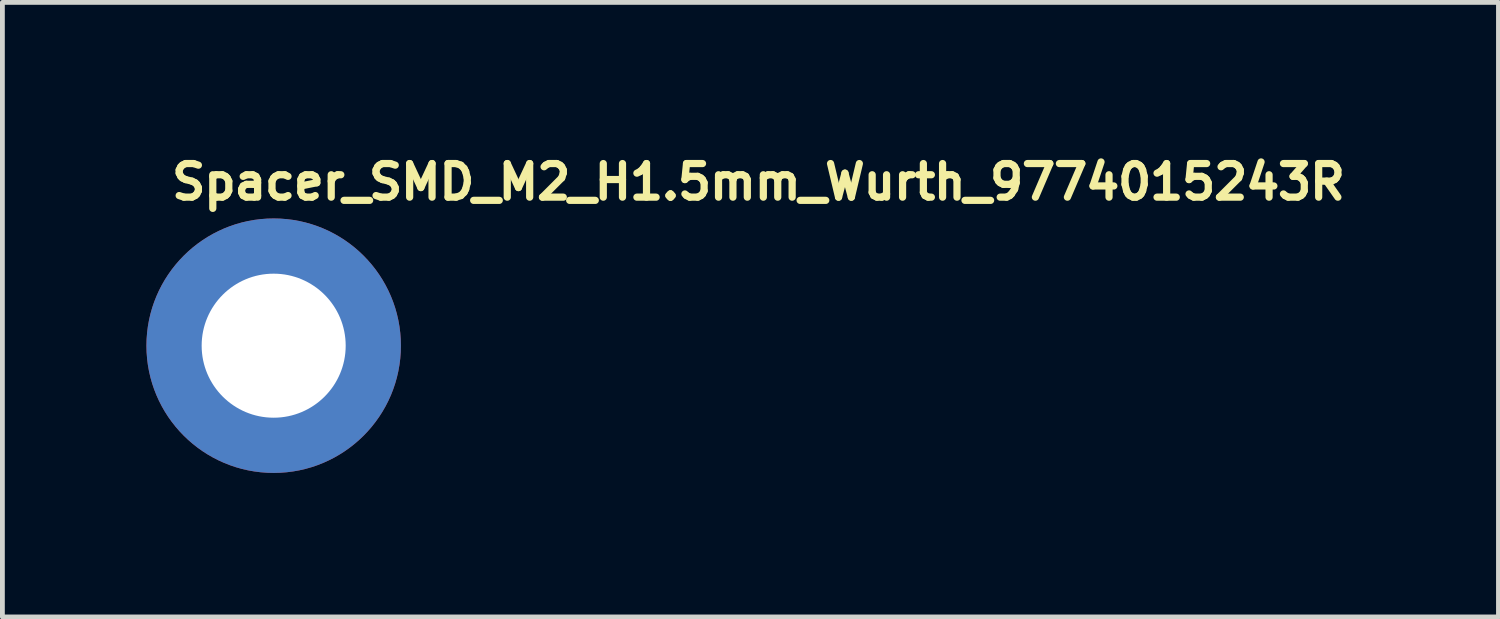
<source format=kicad_pcb>
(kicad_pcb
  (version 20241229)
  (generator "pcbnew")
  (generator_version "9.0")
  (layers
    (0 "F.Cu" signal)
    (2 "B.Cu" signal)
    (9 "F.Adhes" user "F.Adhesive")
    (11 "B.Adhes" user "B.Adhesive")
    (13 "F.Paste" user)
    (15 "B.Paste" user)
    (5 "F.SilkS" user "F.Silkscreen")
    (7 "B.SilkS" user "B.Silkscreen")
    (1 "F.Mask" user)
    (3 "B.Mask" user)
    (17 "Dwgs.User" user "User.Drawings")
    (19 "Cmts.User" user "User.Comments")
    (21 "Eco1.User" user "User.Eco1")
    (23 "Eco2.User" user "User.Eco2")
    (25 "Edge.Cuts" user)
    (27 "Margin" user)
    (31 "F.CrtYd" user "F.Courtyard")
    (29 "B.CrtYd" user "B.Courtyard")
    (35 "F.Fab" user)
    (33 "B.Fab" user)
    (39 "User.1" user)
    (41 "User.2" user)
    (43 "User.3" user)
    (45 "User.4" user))
  (footprint "Spacer_SMD_M2_H1.5mm_Wurth_9774015243R"
    (layer "F.Cu")
    (at 2.65 4.15)
    (property "Reference" "Spacer_SMD_M2_H1.5mm_Wurth_9774015243R" (at -2.2 -3 0) (layer "F.SilkS") (effects (font (size 0.7 0.7) (thickness 0.15)) (justify left bottom)))
    (attr through_hole)
    (fp_circle (center 0 0) (end 2.25 0) (stroke (width 0.12) (type solid)) (fill no) (layer "User.5"))
    (fp_line (start -2.176 0) (end -2.176 0) (stroke (width 0.02) (type solid)) (layer "User.9"))
    (fp_line (start -2.176 0) (end -2.173 0.11) (stroke (width 0.02) (type solid)) (layer "User.9"))
    (fp_line (start -2.173 -0.112) (end -2.176 0) (stroke (width 0.02) (type solid)) (layer "User.9"))
    (fp_line (start -2.173 0.11) (end -2.165 0.221) (stroke (width 0.02) (type solid)) (layer "User.9"))
    (fp_line (start -2.165 -0.223) (end -2.173 -0.112) (stroke (width 0.02) (type solid)) (layer "User.9"))
    (fp_line (start -2.165 0.221) (end -2.15 0.331) (stroke (width 0.02) (type solid)) (layer "User.9"))
    (fp_line (start -2.15 -0.333) (end -2.165 -0.223) (stroke (width 0.02) (type solid)) (layer "User.9"))
    (fp_line (start -2.15 0.331) (end -2.132 0.437) (stroke (width 0.02) (type solid)) (layer "User.9"))
    (fp_line (start -2.132 -0.439) (end -2.15 -0.333) (stroke (width 0.02) (type solid)) (layer "User.9"))
    (fp_line (start -2.132 0.437) (end -2.108 0.543) (stroke (width 0.02) (type solid)) (layer "User.9"))
    (fp_line (start -2.108 -0.545) (end -2.132 -0.439) (stroke (width 0.02) (type solid)) (layer "User.9"))
    (fp_line (start -2.108 0.543) (end -2.078 0.646) (stroke (width 0.02) (type solid)) (layer "User.9"))
    (fp_line (start -2.078 -0.648) (end -2.108 -0.545) (stroke (width 0.02) (type solid)) (layer "User.9"))
    (fp_line (start -2.078 0.646) (end -2.044 0.746) (stroke (width 0.02) (type solid)) (layer "User.9"))
    (fp_line (start -2.044 -0.748) (end -2.078 -0.648) (stroke (width 0.02) (type solid)) (layer "User.9"))
    (fp_line (start -2.044 0.746) (end -2.005 0.845) (stroke (width 0.02) (type solid)) (layer "User.9"))
    (fp_line (start -2.005 -0.847) (end -2.044 -0.748) (stroke (width 0.02) (type solid)) (layer "User.9"))
    (fp_line (start -2.005 0.845) (end -1.962 0.942) (stroke (width 0.02) (type solid)) (layer "User.9"))
    (fp_line (start -1.962 -0.944) (end -2.005 -0.847) (stroke (width 0.02) (type solid)) (layer "User.9"))
    (fp_line (start -1.962 0.942) (end -1.913 1.036) (stroke (width 0.02) (type solid)) (layer "User.9"))
    (fp_line (start -1.913 -1.037) (end -1.962 -0.944) (stroke (width 0.02) (type solid)) (layer "User.9"))
    (fp_line (start -1.913 1.036) (end -1.861 1.126) (stroke (width 0.02) (type solid)) (layer "User.9"))
    (fp_line (start -1.861 -1.129) (end -1.913 -1.037) (stroke (width 0.02) (type solid)) (layer "User.9"))
    (fp_line (start -1.861 1.126) (end -1.805 1.215) (stroke (width 0.02) (type solid)) (layer "User.9"))
    (fp_line (start -1.805 -1.218) (end -1.861 -1.129) (stroke (width 0.02) (type solid)) (layer "User.9"))
    (fp_line (start -1.805 1.215) (end -1.744 1.3) (stroke (width 0.02) (type solid)) (layer "User.9"))
    (fp_line (start -1.744 -1.303) (end -1.805 -1.218) (stroke (width 0.02) (type solid)) (layer "User.9"))
    (fp_line (start -1.744 1.3) (end -1.68 1.382) (stroke (width 0.02) (type solid)) (layer "User.9"))
    (fp_line (start -1.68 -1.385) (end -1.744 -1.303) (stroke (width 0.02) (type solid)) (layer "User.9"))
    (fp_line (start -1.68 1.382) (end -1.611 1.461) (stroke (width 0.02) (type solid)) (layer "User.9"))
    (fp_line (start -1.611 -1.464) (end -1.68 -1.385) (stroke (width 0.02) (type solid)) (layer "User.9"))
    (fp_line (start -1.611 1.461) (end -1.539 1.536) (stroke (width 0.02) (type solid)) (layer "User.9"))
    (fp_line (start -1.539 -1.539) (end -1.611 -1.464) (stroke (width 0.02) (type solid)) (layer "User.9"))
    (fp_line (start -1.539 1.536) (end -1.464 1.608) (stroke (width 0.02) (type solid)) (layer "User.9"))
    (fp_line (start -1.464 -1.611) (end -1.539 -1.539) (stroke (width 0.02) (type solid)) (layer "User.9"))
    (fp_line (start -1.464 1.608) (end -1.385 1.677) (stroke (width 0.02) (type solid)) (layer "User.9"))
    (fp_line (start -1.385 -1.68) (end -1.464 -1.611) (stroke (width 0.02) (type solid)) (layer "User.9"))
    (fp_line (start -1.385 1.677) (end -1.303 1.741) (stroke (width 0.02) (type solid)) (layer "User.9"))
    (fp_line (start -1.303 -1.744) (end -1.385 -1.68) (stroke (width 0.02) (type solid)) (layer "User.9"))
    (fp_line (start -1.303 1.741) (end -1.218 1.802) (stroke (width 0.02) (type solid)) (layer "User.9"))
    (fp_line (start -1.218 -1.805) (end -1.303 -1.744) (stroke (width 0.02) (type solid)) (layer "User.9"))
    (fp_line (start -1.218 1.802) (end -1.129 1.86) (stroke (width 0.02) (type solid)) (layer "User.9"))
    (fp_line (start -1.129 -1.861) (end -1.218 -1.805) (stroke (width 0.02) (type solid)) (layer "User.9"))
    (fp_line (start -1.129 1.86) (end -1.037 1.912) (stroke (width 0.02) (type solid)) (layer "User.9"))
    (fp_line (start -1.037 -1.913) (end -1.129 -1.861) (stroke (width 0.02) (type solid)) (layer "User.9"))
    (fp_line (start -1.037 1.912) (end -0.944 1.959) (stroke (width 0.02) (type solid)) (layer "User.9"))
    (fp_line (start -0.944 -1.962) (end -1.037 -1.913) (stroke (width 0.02) (type solid)) (layer "User.9"))
    (fp_line (start -0.944 1.959) (end -0.847 2.003) (stroke (width 0.02) (type solid)) (layer "User.9"))
    (fp_line (start -0.847 -2.005) (end -0.944 -1.962) (stroke (width 0.02) (type solid)) (layer "User.9"))
    (fp_line (start -0.847 2.003) (end -0.748 2.043) (stroke (width 0.02) (type solid)) (layer "User.9"))
    (fp_line (start -0.785 0) (end -0.785 0) (stroke (width 0.02) (type solid)) (layer "User.9"))
    (fp_line (start -0.785 0) (end -0.784 0.04) (stroke (width 0.02) (type solid)) (layer "User.9"))
    (fp_line (start -0.784 -0.042) (end -0.785 0) (stroke (width 0.02) (type solid)) (layer "User.9"))
    (fp_line (start -0.784 0.04) (end -0.781 0.08) (stroke (width 0.02) (type solid)) (layer "User.9"))
    (fp_line (start -0.781 -0.082) (end -0.784 -0.042) (stroke (width 0.02) (type solid)) (layer "User.9"))
    (fp_line (start -0.781 0.08) (end -0.776 0.119) (stroke (width 0.02) (type solid)) (layer "User.9"))
    (fp_line (start -0.776 -0.12) (end -0.781 -0.082) (stroke (width 0.02) (type solid)) (layer "User.9"))
    (fp_line (start -0.776 0.119) (end -0.768 0.156) (stroke (width 0.02) (type solid)) (layer "User.9"))
    (fp_line (start -0.768 -0.158) (end -0.776 -0.12) (stroke (width 0.02) (type solid)) (layer "User.9"))
    (fp_line (start -0.768 0.156) (end -0.759 0.195) (stroke (width 0.02) (type solid)) (layer "User.9"))
    (fp_line (start -0.759 -0.197) (end -0.768 -0.158) (stroke (width 0.02) (type solid)) (layer "User.9"))
    (fp_line (start -0.759 0.195) (end -0.749 0.232) (stroke (width 0.02) (type solid)) (layer "User.9"))
    (fp_line (start -0.749 -0.234) (end -0.759 -0.197) (stroke (width 0.02) (type solid)) (layer "User.9"))
    (fp_line (start -0.749 0.232) (end -0.736 0.269) (stroke (width 0.02) (type solid)) (layer "User.9"))
    (fp_line (start -0.748 -2.044) (end -0.847 -2.005) (stroke (width 0.02) (type solid)) (layer "User.9"))
    (fp_line (start -0.748 2.043) (end -0.648 2.076) (stroke (width 0.02) (type solid)) (layer "User.9"))
    (fp_line (start -0.736 -0.271) (end -0.749 -0.234) (stroke (width 0.02) (type solid)) (layer "User.9"))
    (fp_line (start -0.736 0.269) (end -0.722 0.303) (stroke (width 0.02) (type solid)) (layer "User.9"))
    (fp_line (start -0.722 -0.305) (end -0.736 -0.271) (stroke (width 0.02) (type solid)) (layer "User.9"))
    (fp_line (start -0.722 0.303) (end -0.707 0.339) (stroke (width 0.02) (type solid)) (layer "User.9"))
    (fp_line (start -0.707 -0.341) (end -0.722 -0.305) (stroke (width 0.02) (type solid)) (layer "User.9"))
    (fp_line (start -0.707 0.339) (end -0.69 0.372) (stroke (width 0.02) (type solid)) (layer "User.9"))
    (fp_line (start -0.69 -0.374) (end -0.707 -0.341) (stroke (width 0.02) (type solid)) (layer "User.9"))
    (fp_line (start -0.69 0.372) (end -0.672 0.406) (stroke (width 0.02) (type solid)) (layer "User.9"))
    (fp_line (start -0.672 -0.408) (end -0.69 -0.374) (stroke (width 0.02) (type solid)) (layer "User.9"))
    (fp_line (start -0.672 0.406) (end -0.651 0.437) (stroke (width 0.02) (type solid)) (layer "User.9"))
    (fp_line (start -0.651 -0.439) (end -0.672 -0.408) (stroke (width 0.02) (type solid)) (layer "User.9"))
    (fp_line (start -0.651 0.437) (end -0.628 0.468) (stroke (width 0.02) (type solid)) (layer "User.9"))
    (fp_line (start -0.648 -2.078) (end -0.748 -2.044) (stroke (width 0.02) (type solid)) (layer "User.9"))
    (fp_line (start -0.648 2.076) (end -0.545 2.105) (stroke (width 0.02) (type solid)) (layer "User.9"))
    (fp_line (start -0.628 -0.47) (end -0.651 -0.439) (stroke (width 0.02) (type solid)) (layer "User.9"))
    (fp_line (start -0.628 0.468) (end -0.605 0.497) (stroke (width 0.02) (type solid)) (layer "User.9"))
    (fp_line (start -0.605 -0.499) (end -0.628 -0.47) (stroke (width 0.02) (type solid)) (layer "User.9"))
    (fp_line (start -0.605 0.497) (end -0.58 0.526) (stroke (width 0.02) (type solid)) (layer "User.9"))
    (fp_line (start -0.58 -0.528) (end -0.605 -0.499) (stroke (width 0.02) (type solid)) (layer "User.9"))
    (fp_line (start -0.58 0.526) (end -0.556 0.554) (stroke (width 0.02) (type solid)) (layer "User.9"))
    (fp_line (start -0.556 -0.556) (end -0.58 -0.528) (stroke (width 0.02) (type solid)) (layer "User.9"))
    (fp_line (start -0.556 0.554) (end -0.528 0.578) (stroke (width 0.02) (type solid)) (layer "User.9"))
    (fp_line (start -0.545 -2.108) (end -0.648 -2.078) (stroke (width 0.02) (type solid)) (layer "User.9"))
    (fp_line (start -0.545 2.105) (end -0.439 2.129) (stroke (width 0.02) (type solid)) (layer "User.9"))
    (fp_line (start -0.528 -0.58) (end -0.556 -0.556) (stroke (width 0.02) (type solid)) (layer "User.9"))
    (fp_line (start -0.528 0.578) (end -0.499 0.603) (stroke (width 0.02) (type solid)) (layer "User.9"))
    (fp_line (start -0.499 -0.605) (end -0.528 -0.58) (stroke (width 0.02) (type solid)) (layer "User.9"))
    (fp_line (start -0.499 0.603) (end -0.47 0.626) (stroke (width 0.02) (type solid)) (layer "User.9"))
    (fp_line (start -0.47 -0.628) (end -0.499 -0.605) (stroke (width 0.02) (type solid)) (layer "User.9"))
    (fp_line (start -0.47 0.626) (end -0.439 0.649) (stroke (width 0.02) (type solid)) (layer "User.9"))
    (fp_line (start -0.439 -2.132) (end -0.545 -2.108) (stroke (width 0.02) (type solid)) (layer "User.9"))
    (fp_line (start -0.439 -0.651) (end -0.47 -0.628) (stroke (width 0.02) (type solid)) (layer "User.9"))
    (fp_line (start -0.439 0.649) (end -0.408 0.67) (stroke (width 0.02) (type solid)) (layer "User.9"))
    (fp_line (start -0.439 2.129) (end -0.333 2.148) (stroke (width 0.02) (type solid)) (layer "User.9"))
    (fp_line (start -0.408 -0.672) (end -0.439 -0.651) (stroke (width 0.02) (type solid)) (layer "User.9"))
    (fp_line (start -0.408 0.67) (end -0.374 0.688) (stroke (width 0.02) (type solid)) (layer "User.9"))
    (fp_line (start -0.374 -0.69) (end -0.408 -0.672) (stroke (width 0.02) (type solid)) (layer "User.9"))
    (fp_line (start -0.374 0.688) (end -0.341 0.705) (stroke (width 0.02) (type solid)) (layer "User.9"))
    (fp_line (start -0.341 -0.707) (end -0.374 -0.69) (stroke (width 0.02) (type solid)) (layer "User.9"))
    (fp_line (start -0.341 0.705) (end -0.305 0.72) (stroke (width 0.02) (type solid)) (layer "User.9"))
    (fp_line (start -0.333 -2.15) (end -0.439 -2.132) (stroke (width 0.02) (type solid)) (layer "User.9"))
    (fp_line (start -0.333 2.148) (end -0.223 2.163) (stroke (width 0.02) (type solid)) (layer "User.9"))
    (fp_line (start -0.305 -0.722) (end -0.341 -0.707) (stroke (width 0.02) (type solid)) (layer "User.9"))
    (fp_line (start -0.305 0.72) (end -0.271 0.734) (stroke (width 0.02) (type solid)) (layer "User.9"))
    (fp_line (start -0.271 -0.736) (end -0.305 -0.722) (stroke (width 0.02) (type solid)) (layer "User.9"))
    (fp_line (start -0.271 0.734) (end -0.234 0.747) (stroke (width 0.02) (type solid)) (layer "User.9"))
    (fp_line (start -0.234 -0.749) (end -0.271 -0.736) (stroke (width 0.02) (type solid)) (layer "User.9"))
    (fp_line (start -0.234 0.747) (end -0.197 0.757) (stroke (width 0.02) (type solid)) (layer "User.9"))
    (fp_line (start -0.223 -2.165) (end -0.333 -2.15) (stroke (width 0.02) (type solid)) (layer "User.9"))
    (fp_line (start -0.223 2.163) (end -0.112 2.172) (stroke (width 0.02) (type solid)) (layer "User.9"))
    (fp_line (start -0.197 -0.759) (end -0.234 -0.749) (stroke (width 0.02) (type solid)) (layer "User.9"))
    (fp_line (start -0.197 0.757) (end -0.158 0.766) (stroke (width 0.02) (type solid)) (layer "User.9"))
    (fp_line (start -0.158 -0.768) (end -0.197 -0.759) (stroke (width 0.02) (type solid)) (layer "User.9"))
    (fp_line (start -0.158 0.766) (end -0.12 0.774) (stroke (width 0.02) (type solid)) (layer "User.9"))
    (fp_line (start -0.12 -0.776) (end -0.158 -0.768) (stroke (width 0.02) (type solid)) (layer "User.9"))
    (fp_line (start -0.12 0.774) (end -0.082 0.779) (stroke (width 0.02) (type solid)) (layer "User.9"))
    (fp_line (start -0.112 -2.173) (end -0.223 -2.165) (stroke (width 0.02) (type solid)) (layer "User.9"))
    (fp_line (start -0.112 2.172) (end 0 2.173) (stroke (width 0.02) (type solid)) (layer "User.9"))
    (fp_line (start -0.082 -0.781) (end -0.12 -0.776) (stroke (width 0.02) (type solid)) (layer "User.9"))
    (fp_line (start -0.082 0.779) (end -0.042 0.782) (stroke (width 0.02) (type solid)) (layer "User.9"))
    (fp_line (start -0.042 -0.784) (end -0.082 -0.781) (stroke (width 0.02) (type solid)) (layer "User.9"))
    (fp_line (start -0.042 0.782) (end 0 0.783) (stroke (width 0.02) (type solid)) (layer "User.9"))
    (fp_line (start 0 -2.176) (end -0.112 -2.173) (stroke (width 0.02) (type solid)) (layer "User.9"))
    (fp_line (start 0 -2.176) (end 0 -2.176) (stroke (width 0.02) (type solid)) (layer "User.9"))
    (fp_line (start 0 -0.785) (end -0.042 -0.784) (stroke (width 0.02) (type solid)) (layer "User.9"))
    (fp_line (start 0 -0.785) (end 0 -0.785) (stroke (width 0.02) (type solid)) (layer "User.9"))
    (fp_line (start 0 0.783) (end 0 0.783) (stroke (width 0.02) (type solid)) (layer "User.9"))
    (fp_line (start 0 0.783) (end 0.04 0.782) (stroke (width 0.02) (type solid)) (layer "User.9"))
    (fp_line (start 0 2.173) (end 0 2.173) (stroke (width 0.02) (type solid)) (layer "User.9"))
    (fp_line (start 0 2.173) (end 0.11 2.172) (stroke (width 0.02) (type solid)) (layer "User.9"))
    (fp_line (start 0.04 -0.784) (end 0 -0.785) (stroke (width 0.02) (type solid)) (layer "User.9"))
    (fp_line (start 0.04 0.782) (end 0.08 0.779) (stroke (width 0.02) (type solid)) (layer "User.9"))
    (fp_line (start 0.08 -0.781) (end 0.04 -0.784) (stroke (width 0.02) (type solid)) (layer "User.9"))
    (fp_line (start 0.08 0.779) (end 0.119 0.774) (stroke (width 0.02) (type solid)) (layer "User.9"))
    (fp_line (start 0.11 -2.173) (end 0 -2.176) (stroke (width 0.02) (type solid)) (layer "User.9"))
    (fp_line (start 0.11 2.172) (end 0.221 2.163) (stroke (width 0.02) (type solid)) (layer "User.9"))
    (fp_line (start 0.119 -0.776) (end 0.08 -0.781) (stroke (width 0.02) (type solid)) (layer "User.9"))
    (fp_line (start 0.119 0.774) (end 0.156 0.766) (stroke (width 0.02) (type solid)) (layer "User.9"))
    (fp_line (start 0.156 -0.768) (end 0.119 -0.776) (stroke (width 0.02) (type solid)) (layer "User.9"))
    (fp_line (start 0.156 0.766) (end 0.195 0.757) (stroke (width 0.02) (type solid)) (layer "User.9"))
    (fp_line (start 0.195 -0.759) (end 0.156 -0.768) (stroke (width 0.02) (type solid)) (layer "User.9"))
    (fp_line (start 0.195 0.757) (end 0.232 0.747) (stroke (width 0.02) (type solid)) (layer "User.9"))
    (fp_line (start 0.221 -2.165) (end 0.11 -2.173) (stroke (width 0.02) (type solid)) (layer "User.9"))
    (fp_line (start 0.221 2.163) (end 0.331 2.148) (stroke (width 0.02) (type solid)) (layer "User.9"))
    (fp_line (start 0.232 -0.749) (end 0.195 -0.759) (stroke (width 0.02) (type solid)) (layer "User.9"))
    (fp_line (start 0.232 0.747) (end 0.269 0.734) (stroke (width 0.02) (type solid)) (layer "User.9"))
    (fp_line (start 0.269 -0.736) (end 0.232 -0.749) (stroke (width 0.02) (type solid)) (layer "User.9"))
    (fp_line (start 0.269 0.734) (end 0.303 0.72) (stroke (width 0.02) (type solid)) (layer "User.9"))
    (fp_line (start 0.303 -0.722) (end 0.269 -0.736) (stroke (width 0.02) (type solid)) (layer "User.9"))
    (fp_line (start 0.303 0.72) (end 0.339 0.705) (stroke (width 0.02) (type solid)) (layer "User.9"))
    (fp_line (start 0.331 -2.15) (end 0.221 -2.165) (stroke (width 0.02) (type solid)) (layer "User.9"))
    (fp_line (start 0.331 2.148) (end 0.437 2.129) (stroke (width 0.02) (type solid)) (layer "User.9"))
    (fp_line (start 0.339 -0.707) (end 0.303 -0.722) (stroke (width 0.02) (type solid)) (layer "User.9"))
    (fp_line (start 0.339 0.705) (end 0.372 0.688) (stroke (width 0.02) (type solid)) (layer "User.9"))
    (fp_line (start 0.372 -0.69) (end 0.339 -0.707) (stroke (width 0.02) (type solid)) (layer "User.9"))
    (fp_line (start 0.372 0.688) (end 0.406 0.67) (stroke (width 0.02) (type solid)) (layer "User.9"))
    (fp_line (start 0.406 -0.672) (end 0.372 -0.69) (stroke (width 0.02) (type solid)) (layer "User.9"))
    (fp_line (start 0.406 0.67) (end 0.437 0.649) (stroke (width 0.02) (type solid)) (layer "User.9"))
    (fp_line (start 0.437 -2.132) (end 0.331 -2.15) (stroke (width 0.02) (type solid)) (layer "User.9"))
    (fp_line (start 0.437 -0.651) (end 0.406 -0.672) (stroke (width 0.02) (type solid)) (layer "User.9"))
    (fp_line (start 0.437 0.649) (end 0.468 0.626) (stroke (width 0.02) (type solid)) (layer "User.9"))
    (fp_line (start 0.437 2.129) (end 0.543 2.105) (stroke (width 0.02) (type solid)) (layer "User.9"))
    (fp_line (start 0.468 -0.628) (end 0.437 -0.651) (stroke (width 0.02) (type solid)) (layer "User.9"))
    (fp_line (start 0.468 0.626) (end 0.497 0.603) (stroke (width 0.02) (type solid)) (layer "User.9"))
    (fp_line (start 0.497 -0.605) (end 0.468 -0.628) (stroke (width 0.02) (type solid)) (layer "User.9"))
    (fp_line (start 0.497 0.603) (end 0.526 0.578) (stroke (width 0.02) (type solid)) (layer "User.9"))
    (fp_line (start 0.526 -0.58) (end 0.497 -0.605) (stroke (width 0.02) (type solid)) (layer "User.9"))
    (fp_line (start 0.526 0.578) (end 0.554 0.554) (stroke (width 0.02) (type solid)) (layer "User.9"))
    (fp_line (start 0.543 -2.108) (end 0.437 -2.132) (stroke (width 0.02) (type solid)) (layer "User.9"))
    (fp_line (start 0.543 2.105) (end 0.646 2.076) (stroke (width 0.02) (type solid)) (layer "User.9"))
    (fp_line (start 0.554 -0.556) (end 0.526 -0.58) (stroke (width 0.02) (type solid)) (layer "User.9"))
    (fp_line (start 0.554 0.554) (end 0.578 0.526) (stroke (width 0.02) (type solid)) (layer "User.9"))
    (fp_line (start 0.578 -0.528) (end 0.554 -0.556) (stroke (width 0.02) (type solid)) (layer "User.9"))
    (fp_line (start 0.578 0.526) (end 0.603 0.497) (stroke (width 0.02) (type solid)) (layer "User.9"))
    (fp_line (start 0.603 -0.499) (end 0.578 -0.528) (stroke (width 0.02) (type solid)) (layer "User.9"))
    (fp_line (start 0.603 0.497) (end 0.626 0.468) (stroke (width 0.02) (type solid)) (layer "User.9"))
    (fp_line (start 0.626 -0.47) (end 0.603 -0.499) (stroke (width 0.02) (type solid)) (layer "User.9"))
    (fp_line (start 0.626 0.468) (end 0.649 0.437) (stroke (width 0.02) (type solid)) (layer "User.9"))
    (fp_line (start 0.646 -2.078) (end 0.543 -2.108) (stroke (width 0.02) (type solid)) (layer "User.9"))
    (fp_line (start 0.646 2.076) (end 0.746 2.043) (stroke (width 0.02) (type solid)) (layer "User.9"))
    (fp_line (start 0.649 -0.439) (end 0.626 -0.47) (stroke (width 0.02) (type solid)) (layer "User.9"))
    (fp_line (start 0.649 0.437) (end 0.67 0.406) (stroke (width 0.02) (type solid)) (layer "User.9"))
    (fp_line (start 0.67 -0.408) (end 0.649 -0.439) (stroke (width 0.02) (type solid)) (layer "User.9"))
    (fp_line (start 0.67 0.406) (end 0.688 0.372) (stroke (width 0.02) (type solid)) (layer "User.9"))
    (fp_line (start 0.688 -0.374) (end 0.67 -0.408) (stroke (width 0.02) (type solid)) (layer "User.9"))
    (fp_line (start 0.688 0.372) (end 0.705 0.339) (stroke (width 0.02) (type solid)) (layer "User.9"))
    (fp_line (start 0.705 -0.341) (end 0.688 -0.374) (stroke (width 0.02) (type solid)) (layer "User.9"))
    (fp_line (start 0.705 0.339) (end 0.72 0.303) (stroke (width 0.02) (type solid)) (layer "User.9"))
    (fp_line (start 0.72 -0.305) (end 0.705 -0.341) (stroke (width 0.02) (type solid)) (layer "User.9"))
    (fp_line (start 0.72 0.303) (end 0.734 0.269) (stroke (width 0.02) (type solid)) (layer "User.9"))
    (fp_line (start 0.734 -0.271) (end 0.72 -0.305) (stroke (width 0.02) (type solid)) (layer "User.9"))
    (fp_line (start 0.734 0.269) (end 0.747 0.232) (stroke (width 0.02) (type solid)) (layer "User.9"))
    (fp_line (start 0.746 -2.044) (end 0.646 -2.078) (stroke (width 0.02) (type solid)) (layer "User.9"))
    (fp_line (start 0.746 2.043) (end 0.845 2.003) (stroke (width 0.02) (type solid)) (layer "User.9"))
    (fp_line (start 0.747 -0.234) (end 0.734 -0.271) (stroke (width 0.02) (type solid)) (layer "User.9"))
    (fp_line (start 0.747 0.232) (end 0.757 0.195) (stroke (width 0.02) (type solid)) (layer "User.9"))
    (fp_line (start 0.757 -0.197) (end 0.747 -0.234) (stroke (width 0.02) (type solid)) (layer "User.9"))
    (fp_line (start 0.757 0.195) (end 0.766 0.156) (stroke (width 0.02) (type solid)) (layer "User.9"))
    (fp_line (start 0.766 -0.158) (end 0.757 -0.197) (stroke (width 0.02) (type solid)) (layer "User.9"))
    (fp_line (start 0.766 0.156) (end 0.774 0.119) (stroke (width 0.02) (type solid)) (layer "User.9"))
    (fp_line (start 0.774 -0.12) (end 0.766 -0.158) (stroke (width 0.02) (type solid)) (layer "User.9"))
    (fp_line (start 0.774 0.119) (end 0.779 0.08) (stroke (width 0.02) (type solid)) (layer "User.9"))
    (fp_line (start 0.779 -0.082) (end 0.774 -0.12) (stroke (width 0.02) (type solid)) (layer "User.9"))
    (fp_line (start 0.779 0.08) (end 0.782 0.04) (stroke (width 0.02) (type solid)) (layer "User.9"))
    (fp_line (start 0.782 -0.042) (end 0.779 -0.082) (stroke (width 0.02) (type solid)) (layer "User.9"))
    (fp_line (start 0.782 0.04) (end 0.783 0) (stroke (width 0.02) (type solid)) (layer "User.9"))
    (fp_line (start 0.783 0) (end 0.782 -0.042) (stroke (width 0.02) (type solid)) (layer "User.9"))
    (fp_line (start 0.783 0) (end 0.783 0) (stroke (width 0.02) (type solid)) (layer "User.9"))
    (fp_line (start 0.783 0) (end 0.783 0) (stroke (width 0.02) (type solid)) (layer "User.9"))
    (fp_line (start 0.845 -2.005) (end 0.746 -2.044) (stroke (width 0.02) (type solid)) (layer "User.9"))
    (fp_line (start 0.845 2.003) (end 0.942 1.959) (stroke (width 0.02) (type solid)) (layer "User.9"))
    (fp_line (start 0.942 -1.962) (end 0.845 -2.005) (stroke (width 0.02) (type solid)) (layer "User.9"))
    (fp_line (start 0.942 1.959) (end 1.036 1.912) (stroke (width 0.02) (type solid)) (layer "User.9"))
    (fp_line (start 1.036 -1.913) (end 0.942 -1.962) (stroke (width 0.02) (type solid)) (layer "User.9"))
    (fp_line (start 1.036 1.912) (end 1.126 1.86) (stroke (width 0.02) (type solid)) (layer "User.9"))
    (fp_line (start 1.126 -1.861) (end 1.036 -1.913) (stroke (width 0.02) (type solid)) (layer "User.9"))
    (fp_line (start 1.126 1.86) (end 1.215 1.802) (stroke (width 0.02) (type solid)) (layer "User.9"))
    (fp_line (start 1.215 -1.805) (end 1.126 -1.861) (stroke (width 0.02) (type solid)) (layer "User.9"))
    (fp_line (start 1.215 1.802) (end 1.3 1.741) (stroke (width 0.02) (type solid)) (layer "User.9"))
    (fp_line (start 1.3 -1.744) (end 1.215 -1.805) (stroke (width 0.02) (type solid)) (layer "User.9"))
    (fp_line (start 1.3 1.741) (end 1.382 1.677) (stroke (width 0.02) (type solid)) (layer "User.9"))
    (fp_line (start 1.382 -1.68) (end 1.3 -1.744) (stroke (width 0.02) (type solid)) (layer "User.9"))
    (fp_line (start 1.382 1.677) (end 1.461 1.608) (stroke (width 0.02) (type solid)) (layer "User.9"))
    (fp_line (start 1.461 -1.611) (end 1.382 -1.68) (stroke (width 0.02) (type solid)) (layer "User.9"))
    (fp_line (start 1.461 1.608) (end 1.536 1.536) (stroke (width 0.02) (type solid)) (layer "User.9"))
    (fp_line (start 1.536 -1.539) (end 1.461 -1.611) (stroke (width 0.02) (type solid)) (layer "User.9"))
    (fp_line (start 1.536 1.536) (end 1.608 1.461) (stroke (width 0.02) (type solid)) (layer "User.9"))
    (fp_line (start 1.608 -1.464) (end 1.536 -1.539) (stroke (width 0.02) (type solid)) (layer "User.9"))
    (fp_line (start 1.608 1.461) (end 1.677 1.382) (stroke (width 0.02) (type solid)) (layer "User.9"))
    (fp_line (start 1.677 -1.385) (end 1.608 -1.464) (stroke (width 0.02) (type solid)) (layer "User.9"))
    (fp_line (start 1.677 1.382) (end 1.741 1.3) (stroke (width 0.02) (type solid)) (layer "User.9"))
    (fp_line (start 1.741 -1.303) (end 1.677 -1.385) (stroke (width 0.02) (type solid)) (layer "User.9"))
    (fp_line (start 1.741 1.3) (end 1.802 1.215) (stroke (width 0.02) (type solid)) (layer "User.9"))
    (fp_line (start 1.802 -1.218) (end 1.741 -1.303) (stroke (width 0.02) (type solid)) (layer "User.9"))
    (fp_line (start 1.802 1.215) (end 1.86 1.126) (stroke (width 0.02) (type solid)) (layer "User.9"))
    (fp_line (start 1.86 -1.129) (end 1.802 -1.218) (stroke (width 0.02) (type solid)) (layer "User.9"))
    (fp_line (start 1.86 1.126) (end 1.912 1.036) (stroke (width 0.02) (type solid)) (layer "User.9"))
    (fp_line (start 1.912 -1.037) (end 1.86 -1.129) (stroke (width 0.02) (type solid)) (layer "User.9"))
    (fp_line (start 1.912 1.036) (end 1.959 0.942) (stroke (width 0.02) (type solid)) (layer "User.9"))
    (fp_line (start 1.959 -0.944) (end 1.912 -1.037) (stroke (width 0.02) (type solid)) (layer "User.9"))
    (fp_line (start 1.959 0.942) (end 2.003 0.845) (stroke (width 0.02) (type solid)) (layer "User.9"))
    (fp_line (start 2.003 -0.847) (end 1.959 -0.944) (stroke (width 0.02) (type solid)) (layer "User.9"))
    (fp_line (start 2.003 0.845) (end 2.043 0.746) (stroke (width 0.02) (type solid)) (layer "User.9"))
    (fp_line (start 2.043 -0.748) (end 2.003 -0.847) (stroke (width 0.02) (type solid)) (layer "User.9"))
    (fp_line (start 2.043 0.746) (end 2.076 0.646) (stroke (width 0.02) (type solid)) (layer "User.9"))
    (fp_line (start 2.076 -0.648) (end 2.043 -0.748) (stroke (width 0.02) (type solid)) (layer "User.9"))
    (fp_line (start 2.076 0.646) (end 2.105 0.543) (stroke (width 0.02) (type solid)) (layer "User.9"))
    (fp_line (start 2.105 -0.545) (end 2.076 -0.648) (stroke (width 0.02) (type solid)) (layer "User.9"))
    (fp_line (start 2.105 0.543) (end 2.129 0.437) (stroke (width 0.02) (type solid)) (layer "User.9"))
    (fp_line (start 2.129 -0.439) (end 2.105 -0.545) (stroke (width 0.02) (type solid)) (layer "User.9"))
    (fp_line (start 2.129 0.437) (end 2.148 0.331) (stroke (width 0.02) (type solid)) (layer "User.9"))
    (fp_line (start 2.148 -0.333) (end 2.129 -0.439) (stroke (width 0.02) (type solid)) (layer "User.9"))
    (fp_line (start 2.148 0.331) (end 2.163 0.221) (stroke (width 0.02) (type solid)) (layer "User.9"))
    (fp_line (start 2.163 -0.223) (end 2.148 -0.333) (stroke (width 0.02) (type solid)) (layer "User.9"))
    (fp_line (start 2.163 0.221) (end 2.172 0.11) (stroke (width 0.02) (type solid)) (layer "User.9"))
    (fp_line (start 2.172 -0.112) (end 2.163 -0.223) (stroke (width 0.02) (type solid)) (layer "User.9"))
    (fp_line (start 2.172 0.11) (end 2.173 0) (stroke (width 0.02) (type solid)) (layer "User.9"))
    (fp_line (start 2.173 0) (end 2.172 -0.112) (stroke (width 0.02) (type solid)) (layer "User.9"))
    (fp_line (start 2.173 0) (end 2.173 0) (stroke (width 0.02) (type solid)) (layer "User.9"))
    (fp_line (start 2.173 0) (end 2.173 0) (stroke (width 0.02) (type solid)) (layer "User.9"))
    (pad "1" thru_hole circle (at 0 0) (size 5.3 5.3) (drill 3) (layers "F.Cu" "F.Mask")))
  (gr_rect
    (start -3 -3)
    (end 28.16 9.8)
    (stroke (width 0.1) (type default))
    (fill no)
    (layer "Edge.Cuts")))
</source>
